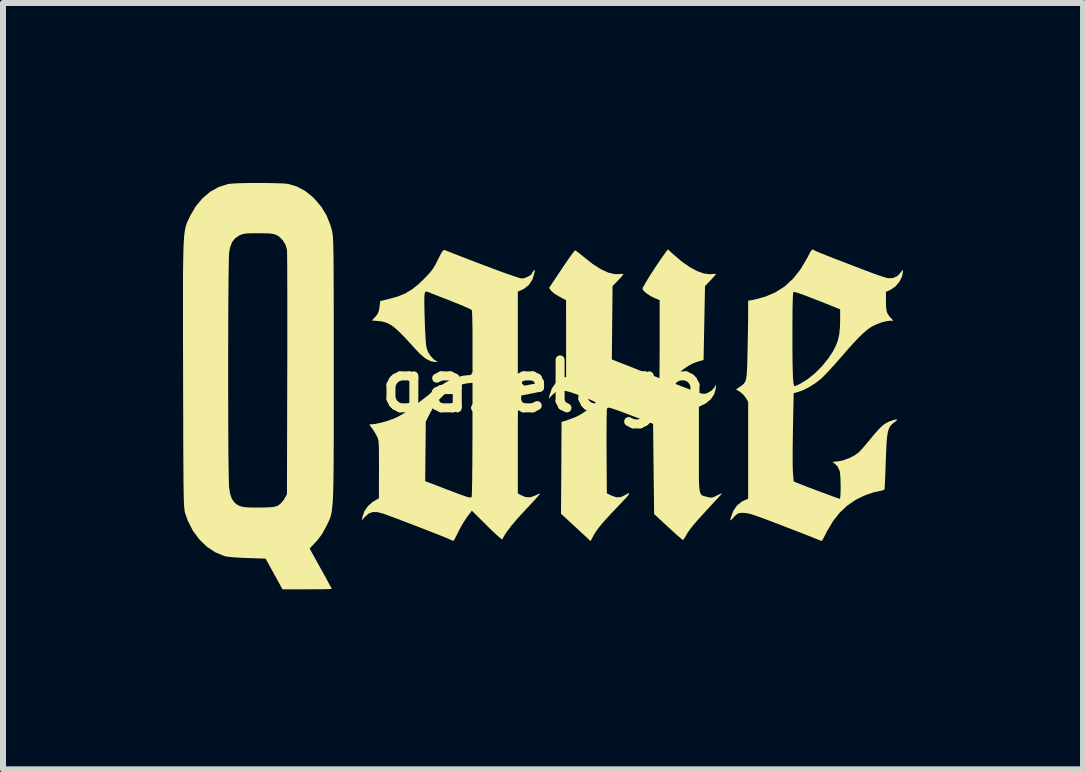
<source format=kicad_pcb>
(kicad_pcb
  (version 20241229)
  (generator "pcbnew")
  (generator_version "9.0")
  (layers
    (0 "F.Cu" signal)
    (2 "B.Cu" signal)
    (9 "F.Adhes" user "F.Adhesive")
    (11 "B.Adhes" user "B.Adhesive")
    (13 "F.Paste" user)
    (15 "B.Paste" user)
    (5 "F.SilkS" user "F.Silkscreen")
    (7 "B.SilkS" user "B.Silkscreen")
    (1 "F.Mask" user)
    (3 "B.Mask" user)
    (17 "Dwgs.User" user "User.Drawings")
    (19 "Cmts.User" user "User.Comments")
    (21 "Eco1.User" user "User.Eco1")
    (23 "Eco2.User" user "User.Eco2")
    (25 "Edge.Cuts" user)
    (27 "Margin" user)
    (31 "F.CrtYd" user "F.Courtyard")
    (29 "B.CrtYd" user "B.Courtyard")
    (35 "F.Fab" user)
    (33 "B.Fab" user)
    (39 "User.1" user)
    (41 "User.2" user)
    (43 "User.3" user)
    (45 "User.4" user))
  (footprint "qaxelogo"
    (layer "F.Cu")
    (at 6 3.386)
    (property "Reference" "qaxelogo" (at 0 0 0) (layer "F.SilkS") (effects (font (size 0.8 0.8) (thickness 0.15))))
    (attr board_only exclude_from_pos_files exclude_from_bom)
    (fp_poly (pts (xy -4.676 -3.386) (xy -4.557 -3.385) (xy -4.446 -3.382) (xy -4.352 -3.379) (xy -4.279 -3.374) (xy -4.238 -3.368) (xy -4.098 -3.326) (xy -3.969 -3.257) (xy -3.846 -3.16) (xy -3.806 -3.12) (xy -3.693 -2.988) (xy -3.606 -2.844) (xy -3.542 -2.682) (xy -3.521 -2.608) (xy -3.516 -2.588) (xy -3.512 -2.568) (xy -3.508 -2.545) (xy -3.504 -2.518) (xy -3.501 -2.485) (xy -3.499 -2.445) (xy -3.496 -2.395) (xy -3.494 -2.333) (xy -3.493 -2.258) (xy -3.491 -2.169) (xy -3.49 -2.062) (xy -3.489 -1.937) (xy -3.489 -1.792) (xy -3.488 -1.624) (xy -3.488 -1.433) (xy -3.487 -1.216) (xy -3.487 -0.972) (xy -3.487 -0.698) (xy -3.487 -0.393) (xy -3.487 -0.273) (xy -3.487 0.054) (xy -3.487 0.349) (xy -3.487 0.614) (xy -3.487 0.852) (xy -3.488 1.063) (xy -3.489 1.249) (xy -3.49 1.412) (xy -3.492 1.555) (xy -3.494 1.679) (xy -3.497 1.785) (xy -3.501 1.875) (xy -3.506 1.952) (xy -3.512 2.016) (xy -3.518 2.071) (xy -3.526 2.117) (xy -3.535 2.157) (xy -3.546 2.191) (xy -3.558 2.223) (xy -3.571 2.253) (xy -3.586 2.285) (xy -3.602 2.318) (xy -3.614 2.341) (xy -3.684 2.469) (xy -3.765 2.575) (xy -3.789 2.601) (xy -3.889 2.707) (xy -3.705 3.039) (xy -3.652 3.135) (xy -3.605 3.22) (xy -3.567 3.292) (xy -3.538 3.344) (xy -3.523 3.374) (xy -3.521 3.379) (xy -3.537 3.381) (xy -3.582 3.383) (xy -3.651 3.385) (xy -3.741 3.386) (xy -3.845 3.386) (xy -3.931 3.387) (xy -4.341 3.387) (xy -4.399 3.282) (xy -4.433 3.219) (xy -4.477 3.14) (xy -4.522 3.058) (xy -4.539 3.026) (xy -4.623 2.875) (xy -4.931 2.865) (xy -5.034 2.861) (xy -5.131 2.855) (xy -5.213 2.848) (xy -5.275 2.84) (xy -5.306 2.834) (xy -5.463 2.769) (xy -5.605 2.675) (xy -5.729 2.554) (xy -5.835 2.41) (xy -5.919 2.245) (xy -5.963 2.121) (xy -5.968 2.105) (xy -5.972 2.086) (xy -5.975 2.063) (xy -5.978 2.033) (xy -5.981 1.996) (xy -5.984 1.948) (xy -5.986 1.889) (xy -5.988 1.817) (xy -5.989 1.73) (xy -5.991 1.626) (xy -5.992 1.504) (xy -5.993 1.361) (xy -5.994 1.196) (xy -5.995 1.007) (xy -5.996 0.793) (xy -5.996 0.551) (xy -5.997 0.281) (xy -5.998 -0.021) (xy -5.998 -0.126) (xy -5.247 -0.126) (xy -5.247 0.1) (xy -5.246 0.321) (xy -5.246 0.535) (xy -5.245 0.74) (xy -5.244 0.932) (xy -5.243 1.108) (xy -5.241 1.267) (xy -5.239 1.405) (xy -5.237 1.52) (xy -5.235 1.608) (xy -5.233 1.668) (xy -5.231 1.691) (xy -5.214 1.795) (xy -5.187 1.874) (xy -5.149 1.932) (xy -5.111 1.966) (xy -5.075 1.989) (xy -5.033 2.005) (xy -4.979 2.016) (xy -4.907 2.022) (xy -4.813 2.024) (xy -4.711 2.024) (xy -4.612 2.022) (xy -4.541 2.018) (xy -4.49 2.013) (xy -4.453 2.005) (xy -4.424 1.994) (xy -4.409 1.986) (xy -4.365 1.95) (xy -4.323 1.899) (xy -4.309 1.877) (xy -4.267 1.802) (xy -4.262 -0.201) (xy -4.261 -0.459) (xy -4.261 -0.708) (xy -4.261 -0.947) (xy -4.261 -1.173) (xy -4.261 -1.383) (xy -4.261 -1.577) (xy -4.262 -1.752) (xy -4.262 -1.905) (xy -4.263 -2.035) (xy -4.264 -2.138) (xy -4.265 -2.215) (xy -4.266 -2.261) (xy -4.267 -2.274) (xy -4.293 -2.359) (xy -4.341 -2.437) (xy -4.405 -2.498) (xy -4.435 -2.515) (xy -4.468 -2.529) (xy -4.504 -2.538) (xy -4.552 -2.544) (xy -4.617 -2.547) (xy -4.706 -2.548) (xy -4.745 -2.548) (xy -4.843 -2.548) (xy -4.915 -2.546) (xy -4.967 -2.541) (xy -5.007 -2.533) (xy -5.04 -2.521) (xy -5.059 -2.513) (xy -5.13 -2.465) (xy -5.182 -2.4) (xy -5.215 -2.311) (xy -5.23 -2.229) (xy -5.233 -2.192) (xy -5.235 -2.125) (xy -5.237 -2.03) (xy -5.239 -1.909) (xy -5.241 -1.766) (xy -5.242 -1.602) (xy -5.244 -1.421) (xy -5.245 -1.226) (xy -5.246 -1.019) (xy -5.246 -0.803) (xy -5.247 -0.58) (xy -5.247 -0.353) (xy -5.247 -0.126) (xy -5.998 -0.126) (xy -5.998 -0.201) (xy -5.999 -0.53) (xy -6 -0.828) (xy -6 -1.095) (xy -6 -1.334) (xy -6 -1.547) (xy -6 -1.736) (xy -5.999 -1.901) (xy -5.997 -2.046) (xy -5.995 -2.171) (xy -5.992 -2.279) (xy -5.989 -2.37) (xy -5.984 -2.449) (xy -5.979 -2.514) (xy -5.972 -2.57) (xy -5.964 -2.617) (xy -5.955 -2.657) (xy -5.945 -2.692) (xy -5.934 -2.724) (xy -5.92 -2.754) (xy -5.906 -2.785) (xy -5.889 -2.818) (xy -5.876 -2.846) (xy -5.784 -3.001) (xy -5.673 -3.133) (xy -5.546 -3.24) (xy -5.404 -3.319) (xy -5.252 -3.368) (xy -5.251 -3.368) (xy -5.203 -3.374) (xy -5.128 -3.379) (xy -5.031 -3.383) (xy -4.92 -3.385) (xy -4.799 -3.386)) (stroke (width 0) (type solid)) (fill yes) (layer "F.SilkS"))
    (fp_poly (pts (xy 2.185 -2.186) (xy 2.32 -2.072) (xy 2.45 -1.982) (xy 2.572 -1.917) (xy 2.683 -1.877) (xy 2.782 -1.865) (xy 2.818 -1.868) (xy 2.859 -1.872) (xy 2.882 -1.87) (xy 2.884 -1.868) (xy 2.873 -1.852) (xy 2.844 -1.819) (xy 2.804 -1.775) (xy 2.792 -1.763) (xy 2.701 -1.667) (xy 2.689 -1.051) (xy 2.677 -0.436) (xy 2.609 -0.417) (xy 2.547 -0.397) (xy 2.483 -0.37) (xy 2.473 -0.365) (xy 2.426 -0.339) (xy 2.369 -0.301) (xy 2.307 -0.256) (xy 2.244 -0.209) (xy 2.188 -0.164) (xy 2.143 -0.124) (xy 2.114 -0.095) (xy 2.108 -0.081) (xy 2.128 -0.071) (xy 2.174 -0.051) (xy 2.24 -0.024) (xy 2.322 0.008) (xy 2.397 0.036) (xy 2.496 0.074) (xy 2.569 0.1) (xy 2.622 0.117) (xy 2.659 0.126) (xy 2.687 0.128) (xy 2.711 0.125) (xy 2.736 0.117) (xy 2.739 0.116) (xy 2.81 0.075) (xy 2.848 0.034) (xy 2.888 -0.025) (xy 2.879 0.049) (xy 2.851 0.141) (xy 2.795 0.222) (xy 2.715 0.287) (xy 2.686 0.302) (xy 2.599 0.344) (xy 2.599 1.058) (xy 2.599 1.236) (xy 2.599 1.384) (xy 2.599 1.504) (xy 2.601 1.6) (xy 2.605 1.674) (xy 2.61 1.73) (xy 2.619 1.77) (xy 2.631 1.798) (xy 2.646 1.816) (xy 2.666 1.827) (xy 2.691 1.835) (xy 2.721 1.842) (xy 2.736 1.846) (xy 2.783 1.857) (xy 2.819 1.857) (xy 2.858 1.844) (xy 2.899 1.823) (xy 2.945 1.801) (xy 2.976 1.788) (xy 2.984 1.787) (xy 2.973 1.801) (xy 2.943 1.836) (xy 2.895 1.888) (xy 2.834 1.954) (xy 2.763 2.031) (xy 2.719 2.078) (xy 2.605 2.203) (xy 2.514 2.307) (xy 2.447 2.392) (xy 2.404 2.455) (xy 2.4 2.463) (xy 2.371 2.514) (xy 2.347 2.551) (xy 2.334 2.565) (xy 2.333 2.565) (xy 2.318 2.554) (xy 2.282 2.524) (xy 2.229 2.478) (xy 2.165 2.42) (xy 2.091 2.353) (xy 2.087 2.349) (xy 1.853 2.132) (xy 1.844 1.381) (xy 1.836 0.629) (xy 1.459 0.484) (xy 1.334 0.437) (xy 1.237 0.401) (xy 1.166 0.377) (xy 1.116 0.362) (xy 1.085 0.357) (xy 1.07 0.359) (xy 1.069 0.361) (xy 1.066 0.382) (xy 1.064 0.433) (xy 1.062 0.51) (xy 1.061 0.61) (xy 1.06 0.729) (xy 1.06 0.864) (xy 1.06 1.01) (xy 1.06 1.084) (xy 1.065 1.786) (xy 1.14 1.824) (xy 1.224 1.853) (xy 1.303 1.848) (xy 1.378 1.811) (xy 1.38 1.81) (xy 1.419 1.786) (xy 1.436 1.786) (xy 1.431 1.806) (xy 1.401 1.845) (xy 1.397 1.849) (xy 1.37 1.878) (xy 1.323 1.927) (xy 1.264 1.99) (xy 1.195 2.063) (xy 1.128 2.134) (xy 1.019 2.252) (xy 0.936 2.351) (xy 0.878 2.431) (xy 0.851 2.474) (xy 0.794 2.583) (xy 0.548 2.355) (xy 0.301 2.127) (xy 0.306 1.362) (xy 0.31 0.598) (xy 0.419 0.562) (xy 0.488 0.537) (xy 0.554 0.51) (xy 0.595 0.491) (xy 0.643 0.463) (xy 0.7 0.425) (xy 0.758 0.383) (xy 0.812 0.342) (xy 0.854 0.307) (xy 0.877 0.282) (xy 0.88 0.276) (xy 0.865 0.264) (xy 0.825 0.243) (xy 0.766 0.216) (xy 0.694 0.187) (xy 0.615 0.156) (xy 0.536 0.128) (xy 0.464 0.103) (xy 0.411 0.088) (xy 0.327 0.072) (xy 0.262 0.076) (xy 0.207 0.102) (xy 0.156 0.147) (xy 0.098 0.21) (xy 0.11 0.151) (xy 0.146 0.043) (xy 0.208 -0.046) (xy 0.291 -0.113) (xy 0.333 -0.133) (xy 0.386 -0.155) (xy 0.386 -0.794) (xy 0.385 -1.433) (xy 0.276 -1.49) (xy 0.217 -1.525) (xy 0.166 -1.561) (xy 0.135 -1.592) (xy 0.135 -1.592) (xy 0.102 -1.637) (xy 0.311 -1.95) (xy 0.372 -2.041) (xy 0.427 -2.121) (xy 0.474 -2.187) (xy 0.509 -2.234) (xy 0.531 -2.26) (xy 0.535 -2.263) (xy 0.553 -2.253) (xy 0.591 -2.225) (xy 0.642 -2.185) (xy 0.682 -2.152) (xy 0.829 -2.036) (xy 0.964 -1.95) (xy 1.086 -1.893) (xy 1.195 -1.867) (xy 1.27 -1.867) (xy 1.313 -1.871) (xy 1.339 -1.868) (xy 1.341 -1.865) (xy 1.33 -1.849) (xy 1.301 -1.815) (xy 1.26 -1.771) (xy 1.251 -1.761) (xy 1.16 -1.668) (xy 1.154 -1.057) (xy 1.148 -0.445) (xy 1.542 -0.29) (xy 1.65 -0.247) (xy 1.746 -0.209) (xy 1.828 -0.178) (xy 1.89 -0.153) (xy 1.929 -0.138) (xy 1.941 -0.134) (xy 1.942 -0.15) (xy 1.942 -0.196) (xy 1.943 -0.269) (xy 1.944 -0.364) (xy 1.944 -0.478) (xy 1.945 -0.608) (xy 1.945 -0.749) (xy 1.945 -0.784) (xy 1.945 -1.433) (xy 1.87 -1.464) (xy 1.8 -1.498) (xy 1.737 -1.538) (xy 1.689 -1.577) (xy 1.663 -1.612) (xy 1.66 -1.625) (xy 1.669 -1.649) (xy 1.694 -1.695) (xy 1.732 -1.759) (xy 1.779 -1.836) (xy 1.833 -1.92) (xy 1.891 -2.008) (xy 1.949 -2.094) (xy 2.004 -2.173) (xy 2.024 -2.201) (xy 2.082 -2.28)) (stroke (width 0) (type solid)) (fill yes) (layer "F.SilkS"))
    (fp_poly (pts (xy 4.508 -2.274) (xy 4.519 -2.266) (xy 4.537 -2.256) (xy 4.578 -2.238) (xy 4.644 -2.211) (xy 4.737 -2.174) (xy 4.856 -2.127) (xy 5.004 -2.07) (xy 5.181 -2.002) (xy 5.389 -1.922) (xy 5.399 -1.919) (xy 5.496 -1.882) (xy 5.586 -1.85) (xy 5.664 -1.824) (xy 5.723 -1.806) (xy 5.755 -1.798) (xy 5.838 -1.802) (xy 5.91 -1.837) (xy 5.961 -1.893) (xy 5.987 -1.927) (xy 5.999 -1.934) (xy 6.002 -1.919) (xy 5.986 -1.829) (xy 5.943 -1.742) (xy 5.879 -1.665) (xy 5.799 -1.608) (xy 5.785 -1.601) (xy 5.717 -1.571) (xy 5.717 -1.413) (xy 5.719 -1.325) (xy 5.726 -1.262) (xy 5.741 -1.214) (xy 5.767 -1.172) (xy 5.798 -1.136) (xy 5.841 -1.09) (xy 5.782 -1.09) (xy 5.716 -1.081) (xy 5.634 -1.059) (xy 5.55 -1.026) (xy 5.475 -0.988) (xy 5.457 -0.977) (xy 5.401 -0.936) (xy 5.34 -0.884) (xy 5.27 -0.817) (xy 5.189 -0.731) (xy 5.093 -0.626) (xy 4.981 -0.496) (xy 4.976 -0.491) (xy 4.899 -0.403) (xy 4.822 -0.317) (xy 4.751 -0.239) (xy 4.689 -0.175) (xy 4.644 -0.13) (xy 4.639 -0.126) (xy 4.545 -0.052) (xy 4.44 0.015) (xy 4.336 0.068) (xy 4.248 0.099) (xy 4.179 0.117) (xy 4.167 0.702) (xy 4.165 0.847) (xy 4.163 0.987) (xy 4.162 1.119) (xy 4.162 1.236) (xy 4.163 1.333) (xy 4.165 1.406) (xy 4.167 1.438) (xy 4.179 1.588) (xy 4.265 1.624) (xy 4.321 1.646) (xy 4.394 1.675) (xy 4.48 1.707) (xy 4.572 1.742) (xy 4.665 1.777) (xy 4.753 1.809) (xy 4.831 1.838) (xy 4.893 1.86) (xy 4.934 1.874) (xy 4.948 1.878) (xy 4.954 1.862) (xy 4.958 1.82) (xy 4.961 1.76) (xy 4.962 1.687) (xy 4.961 1.61) (xy 4.958 1.535) (xy 4.954 1.471) (xy 4.948 1.423) (xy 4.946 1.417) (xy 4.914 1.345) (xy 4.879 1.306) (xy 4.827 1.262) (xy 4.916 1.254) (xy 5.003 1.237) (xy 5.1 1.202) (xy 5.191 1.156) (xy 5.253 1.113) (xy 5.285 1.082) (xy 5.331 1.032) (xy 5.384 0.97) (xy 5.429 0.916) (xy 5.511 0.816) (xy 5.578 0.739) (xy 5.634 0.682) (xy 5.682 0.64) (xy 5.727 0.611) (xy 5.773 0.589) (xy 5.78 0.587) (xy 5.849 0.563) (xy 5.89 0.554) (xy 5.904 0.559) (xy 5.889 0.578) (xy 5.864 0.598) (xy 5.828 0.625) (xy 5.799 0.654) (xy 5.776 0.688) (xy 5.758 0.732) (xy 5.745 0.788) (xy 5.734 0.862) (xy 5.727 0.957) (xy 5.721 1.077) (xy 5.715 1.226) (xy 5.714 1.246) (xy 5.71 1.367) (xy 5.706 1.477) (xy 5.702 1.572) (xy 5.698 1.647) (xy 5.695 1.698) (xy 5.693 1.72) (xy 5.693 1.72) (xy 5.674 1.733) (xy 5.633 1.745) (xy 5.611 1.749) (xy 5.502 1.773) (xy 5.38 1.815) (xy 5.259 1.871) (xy 5.21 1.897) (xy 5.07 1.993) (xy 4.945 2.111) (xy 4.834 2.252) (xy 4.733 2.422) (xy 4.701 2.486) (xy 4.675 2.535) (xy 4.655 2.569) (xy 4.645 2.581) (xy 4.624 2.574) (xy 4.602 2.565) (xy 4.562 2.549) (xy 4.496 2.522) (xy 4.409 2.488) (xy 4.307 2.448) (xy 4.195 2.405) (xy 4.079 2.36) (xy 3.963 2.315) (xy 3.853 2.273) (xy 3.754 2.235) (xy 3.714 2.22) (xy 3.6 2.178) (xy 3.512 2.148) (xy 3.444 2.128) (xy 3.39 2.117) (xy 3.346 2.113) (xy 3.338 2.112) (xy 3.284 2.114) (xy 3.248 2.124) (xy 3.215 2.149) (xy 3.182 2.184) (xy 3.145 2.223) (xy 3.126 2.239) (xy 3.122 2.234) (xy 3.126 2.21) (xy 3.127 2.205) (xy 3.169 2.086) (xy 3.231 1.993) (xy 3.314 1.925) (xy 3.357 1.904) (xy 3.42 1.877) (xy 3.42 1.069) (xy 3.42 0.26) (xy 3.381 0.195) (xy 3.341 0.144) (xy 3.291 0.1) (xy 3.28 0.092) (xy 3.218 0.055) (xy 3.285 0.009) (xy 3.318 -0.014) (xy 3.343 -0.035) (xy 3.363 -0.06) (xy 3.378 -0.091) (xy 3.388 -0.133) (xy 3.396 -0.19) (xy 3.401 -0.267) (xy 3.405 -0.368) (xy 3.408 -0.496) (xy 3.409 -0.545) (xy 3.412 -0.678) (xy 3.415 -0.814) (xy 3.416 -0.882) (xy 4.158 -0.882) (xy 4.158 -0.677) (xy 4.159 -0.504) (xy 4.161 -0.36) (xy 4.164 -0.244) (xy 4.167 -0.153) (xy 4.172 -0.085) (xy 4.178 -0.038) (xy 4.185 -0.011) (xy 4.193 -0.000234) (xy 4.194 0) (xy 4.217 -0.007) (xy 4.258 -0.025) (xy 4.291 -0.041) (xy 4.411 -0.115) (xy 4.533 -0.214) (xy 4.65 -0.331) (xy 4.755 -0.46) (xy 4.828 -0.57) (xy 4.88 -0.668) (xy 4.916 -0.763) (xy 4.939 -0.864) (xy 4.95 -0.981) (xy 4.953 -1.08) (xy 4.954 -1.28) (xy 4.719 -1.374) (xy 4.569 -1.434) (xy 4.447 -1.481) (xy 4.352 -1.518) (xy 4.279 -1.543) (xy 4.228 -1.56) (xy 4.194 -1.568) (xy 4.177 -1.569) (xy 4.175 -1.568) (xy 4.17 -1.548) (xy 4.166 -1.495) (xy 4.163 -1.411) (xy 4.16 -1.295) (xy 4.159 -1.148) (xy 4.158 -0.972) (xy 4.158 -0.882) (xy 3.416 -0.882) (xy 3.417 -0.944) (xy 3.419 -1.062) (xy 3.42 -1.158) (xy 3.42 -1.202) (xy 3.42 -1.423) (xy 3.517 -1.441) (xy 3.709 -1.492) (xy 3.88 -1.566) (xy 4.033 -1.665) (xy 4.17 -1.792) (xy 4.292 -1.946) (xy 4.402 -2.131) (xy 4.416 -2.159) (xy 4.449 -2.223) (xy 4.473 -2.261) (xy 4.491 -2.277)) (stroke (width 0) (type solid)) (fill yes) (layer "F.SilkS"))
    (fp_poly (pts (xy -1.643 -2.269) (xy -1.619 -2.26) (xy -1.57 -2.241) (xy -1.502 -2.214) (xy -1.422 -2.183) (xy -1.383 -2.168) (xy -1.179 -2.089) (xy -0.993 -2.018) (xy -0.827 -1.956) (xy -0.682 -1.902) (xy -0.56 -1.859) (xy -0.464 -1.826) (xy -0.394 -1.804) (xy -0.354 -1.794) (xy -0.347 -1.794) (xy -0.308 -1.801) (xy -0.262 -1.819) (xy -0.219 -1.842) (xy -0.19 -1.865) (xy -0.184 -1.876) (xy -0.175 -1.897) (xy -0.158 -1.921) (xy -0.142 -1.939) (xy -0.137 -1.934) (xy -0.14 -1.903) (xy -0.143 -1.887) (xy -0.175 -1.778) (xy -0.233 -1.689) (xy -0.314 -1.623) (xy -0.356 -1.602) (xy -0.419 -1.576) (xy -0.419 -0.857) (xy -0.419 -0.139) (xy -0.381 -0.083) (xy -0.341 -0.034) (xy -0.293 0.007) (xy -0.289 0.011) (xy -0.235 0.047) (xy -0.293 0.082) (xy -0.342 0.119) (xy -0.382 0.166) (xy -0.385 0.171) (xy -0.393 0.185) (xy -0.4 0.201) (xy -0.405 0.222) (xy -0.409 0.252) (xy -0.413 0.292) (xy -0.415 0.346) (xy -0.417 0.418) (xy -0.418 0.51) (xy -0.419 0.626) (xy -0.419 0.767) (xy -0.419 0.938) (xy -0.419 1.007) (xy -0.419 1.787) (xy -0.373 1.814) (xy -0.29 1.849) (xy -0.21 1.853) (xy -0.13 1.824) (xy -0.126 1.822) (xy -0.084 1.801) (xy -0.056 1.792) (xy -0.05 1.794) (xy -0.061 1.81) (xy -0.092 1.846) (xy -0.14 1.899) (xy -0.2 1.965) (xy -0.271 2.04) (xy -0.299 2.07) (xy -0.422 2.204) (xy -0.523 2.323) (xy -0.601 2.425) (xy -0.655 2.51) (xy -0.677 2.556) (xy -0.69 2.55) (xy -0.723 2.523) (xy -0.773 2.479) (xy -0.836 2.421) (xy -0.908 2.351) (xy -0.934 2.325) (xy -1.185 2.076) (xy -1.265 2.182) (xy -1.31 2.249) (xy -1.36 2.331) (xy -1.404 2.414) (xy -1.414 2.435) (xy -1.445 2.497) (xy -1.47 2.546) (xy -1.487 2.575) (xy -1.492 2.58) (xy -1.511 2.573) (xy -1.55 2.556) (xy -1.584 2.541) (xy -1.622 2.525) (xy -1.685 2.499) (xy -1.77 2.466) (xy -1.871 2.426) (xy -1.984 2.382) (xy -2.103 2.336) (xy -2.223 2.29) (xy -2.339 2.246) (xy -2.446 2.205) (xy -2.54 2.17) (xy -2.614 2.143) (xy -2.665 2.124) (xy -2.671 2.123) (xy -2.764 2.099) (xy -2.839 2.099) (xy -2.904 2.124) (xy -2.965 2.177) (xy -2.973 2.185) (xy -3.02 2.238) (xy -3.009 2.18) (xy -2.976 2.085) (xy -2.916 1.998) (xy -2.837 1.929) (xy -2.821 1.92) (xy -2.734 1.869) (xy -2.734 1.584) (xy -1.963 1.584) (xy -1.581 1.73) (xy -1.462 1.775) (xy -1.37 1.809) (xy -1.303 1.833) (xy -1.255 1.849) (xy -1.223 1.856) (xy -1.204 1.857) (xy -1.194 1.852) (xy -1.189 1.842) (xy -1.188 1.839) (xy -1.186 1.815) (xy -1.184 1.762) (xy -1.182 1.681) (xy -1.18 1.576) (xy -1.179 1.451) (xy -1.177 1.308) (xy -1.176 1.15) (xy -1.176 0.981) (xy -1.175 0.874) (xy -1.174 -0.054) (xy -1.263 -0.047) (xy -1.386 -0.021) (xy -1.508 0.036) (xy -1.624 0.119) (xy -1.732 0.226) (xy -1.827 0.353) (xy -1.879 0.445) (xy -1.953 0.591) (xy -1.958 1.088) (xy -1.963 1.584) (xy -2.734 1.584) (xy -2.733 1.387) (xy -2.733 1.247) (xy -2.734 1.136) (xy -2.734 1.051) (xy -2.736 0.986) (xy -2.74 0.939) (xy -2.744 0.903) (xy -2.751 0.876) (xy -2.76 0.853) (xy -2.771 0.829) (xy -2.774 0.823) (xy -2.807 0.765) (xy -2.844 0.709) (xy -2.859 0.69) (xy -2.886 0.656) (xy -2.892 0.641) (xy -2.879 0.637) (xy -2.868 0.637) (xy -2.796 0.63) (xy -2.704 0.611) (xy -2.605 0.584) (xy -2.509 0.55) (xy -2.438 0.52) (xy -2.393 0.496) (xy -2.346 0.47) (xy -2.294 0.437) (xy -2.235 0.396) (xy -2.164 0.344) (xy -2.078 0.279) (xy -1.974 0.199) (xy -1.848 0.1) (xy -1.809 0.069) (xy -1.674 -0.029) (xy -1.553 -0.101) (xy -1.439 -0.148) (xy -1.328 -0.174) (xy -1.295 -0.178) (xy -1.174 -0.189) (xy -1.174 -0.719) (xy -1.174 -0.85) (xy -1.175 -0.97) (xy -1.177 -1.075) (xy -1.179 -1.162) (xy -1.182 -1.225) (xy -1.185 -1.262) (xy -1.187 -1.269) (xy -1.205 -1.28) (xy -1.25 -1.302) (xy -1.317 -1.331) (xy -1.401 -1.366) (xy -1.497 -1.404) (xy -1.526 -1.416) (xy -1.626 -1.455) (xy -1.718 -1.491) (xy -1.795 -1.521) (xy -1.854 -1.544) (xy -1.887 -1.558) (xy -1.891 -1.56) (xy -1.927 -1.573) (xy -1.951 -1.576) (xy -1.966 -1.563) (xy -1.974 -1.53) (xy -1.977 -1.473) (xy -1.978 -1.387) (xy -1.977 -1.379) (xy -1.976 -1.289) (xy -1.973 -1.177) (xy -1.969 -1.057) (xy -1.965 -0.941) (xy -1.963 -0.91) (xy -1.957 -0.805) (xy -1.952 -0.727) (xy -1.945 -0.67) (xy -1.936 -0.626) (xy -1.924 -0.591) (xy -1.909 -0.558) (xy -1.873 -0.503) (xy -1.831 -0.456) (xy -1.811 -0.44) (xy -1.755 -0.402) (xy -1.803 -0.402) (xy -1.877 -0.417) (xy -1.959 -0.461) (xy -2.048 -0.536) (xy -2.117 -0.608) (xy -2.227 -0.729) (xy -2.32 -0.828) (xy -2.397 -0.906) (xy -2.463 -0.966) (xy -2.521 -1.011) (xy -2.575 -1.042) (xy -2.627 -1.063) (xy -2.681 -1.077) (xy -2.741 -1.085) (xy -2.748 -1.085) (xy -2.85 -1.094) (xy -2.792 -1.158) (xy -2.755 -1.206) (xy -2.735 -1.255) (xy -2.724 -1.32) (xy -2.713 -1.418) (xy -2.559 -1.455) (xy -2.417 -1.495) (xy -2.295 -1.545) (xy -2.185 -1.611) (xy -2.077 -1.697) (xy -1.994 -1.776) (xy -1.924 -1.848) (xy -1.872 -1.906) (xy -1.831 -1.96) (xy -1.796 -2.019) (xy -1.759 -2.092) (xy -1.751 -2.108) (xy -1.711 -2.186) (xy -1.682 -2.237) (xy -1.66 -2.264) (xy -1.644 -2.269)) (stroke (width 0) (type solid)) (fill yes) (layer "F.SilkS")))
  (gr_rect
    (start -3 -3)
    (end 15.002 9.773)
    (stroke (width 0.1) (type default))
    (fill no)
    (layer "Edge.Cuts")))
</source>
